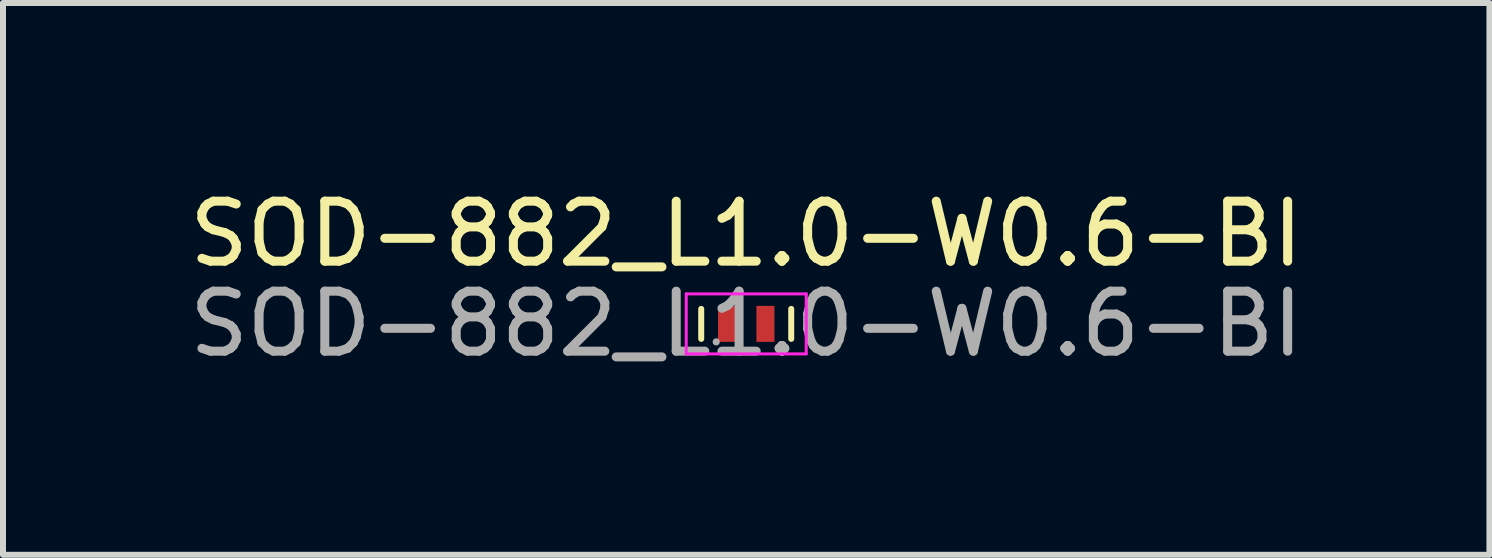
<source format=kicad_pcb>
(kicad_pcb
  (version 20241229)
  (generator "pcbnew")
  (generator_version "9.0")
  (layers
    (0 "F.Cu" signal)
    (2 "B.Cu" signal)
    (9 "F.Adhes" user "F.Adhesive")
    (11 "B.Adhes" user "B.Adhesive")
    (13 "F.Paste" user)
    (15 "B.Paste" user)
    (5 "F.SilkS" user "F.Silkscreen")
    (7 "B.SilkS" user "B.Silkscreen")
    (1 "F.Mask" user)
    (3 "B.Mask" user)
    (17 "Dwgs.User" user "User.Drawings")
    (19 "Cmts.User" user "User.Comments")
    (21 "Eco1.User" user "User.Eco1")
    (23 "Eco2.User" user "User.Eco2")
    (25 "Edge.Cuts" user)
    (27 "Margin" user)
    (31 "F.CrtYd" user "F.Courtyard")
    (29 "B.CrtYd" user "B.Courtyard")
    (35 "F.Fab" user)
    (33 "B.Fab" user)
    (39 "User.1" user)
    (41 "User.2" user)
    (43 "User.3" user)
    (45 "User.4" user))
  (footprint "SOD-882_L1.0-W0.6-BI"
    (layer "F.Cu")
    (at 9.387 2.348)
    (property "Reference" "SOD-882_L1.0-W0.6-BI" (at 0 -1.5 0) (layer "F.SilkS") (effects (font (size 1 1) (thickness 0.15))))
    (attr smd)
    (fp_line (start -0.75 0.25) (end -0.75 -0.25) (stroke (width 0.1) (type solid)) (layer "F.SilkS"))
    (fp_line (start 0.75 -0.25) (end 0.75 0.25) (stroke (width 0.1) (type solid)) (layer "F.SilkS"))
    (fp_line (start -1 -0.5) (end -1 0.5) (stroke (width 0.05) (type default)) (layer "F.CrtYd"))
    (fp_line (start -1 0.5) (end 1 0.5) (stroke (width 0.05) (type default)) (layer "F.CrtYd"))
    (fp_line (start 1 -0.5) (end -1 -0.5) (stroke (width 0.05) (type default)) (layer "F.CrtYd"))
    (fp_line (start 1 0.5) (end 1 -0.5) (stroke (width 0.05) (type default)) (layer "F.CrtYd"))
    (fp_circle (center -0.5 0.3) (end -0.47 0.3) (stroke (width 0.06) (type solid)) (fill no) (layer "F.Fab"))
    (fp_text user "${REFERENCE}" (at 0 0 0) (layer "F.Fab") (effects (font (size 1 1) (thickness 0.15))))
    (pad "1" smd rect (at -0.32 0) (size 0.3 0.6) (layers "F.Cu" "F.Mask" "F.Paste"))
    (pad "2" smd rect (at 0.32 0) (size 0.3 0.6) (layers "F.Cu" "F.Mask" "F.Paste")))
  (gr_rect
    (start -3 -3)
    (end 21.774 6.197)
    (stroke (width 0.1) (type default))
    (fill no)
    (layer "Edge.Cuts")))
</source>
